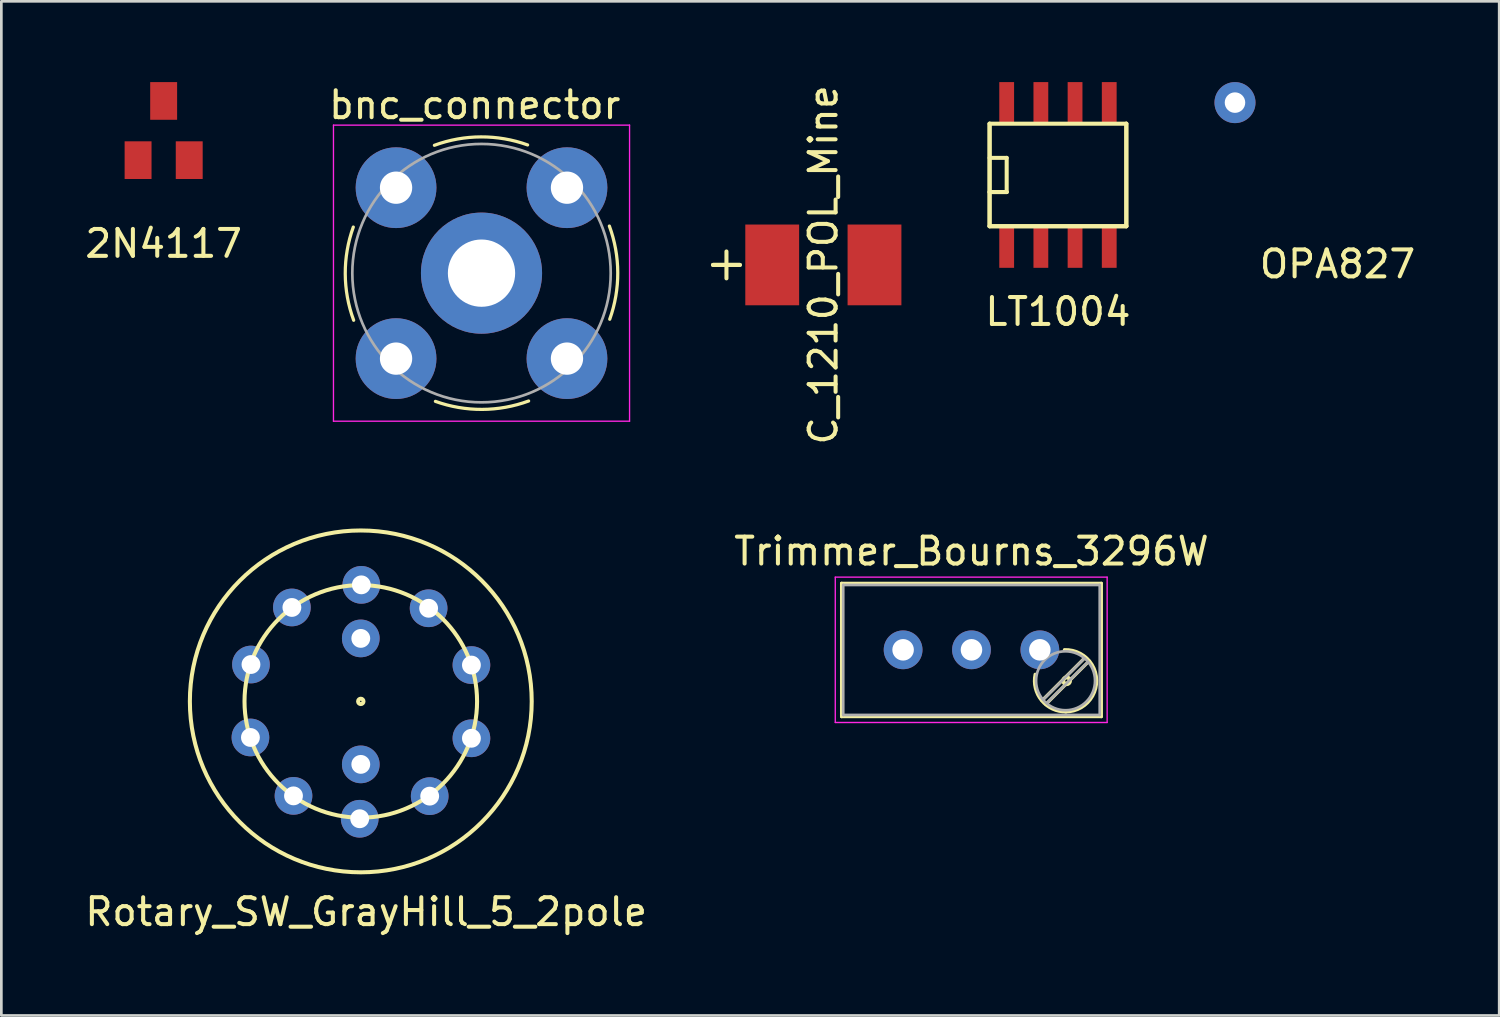
<source format=kicad_pcb>
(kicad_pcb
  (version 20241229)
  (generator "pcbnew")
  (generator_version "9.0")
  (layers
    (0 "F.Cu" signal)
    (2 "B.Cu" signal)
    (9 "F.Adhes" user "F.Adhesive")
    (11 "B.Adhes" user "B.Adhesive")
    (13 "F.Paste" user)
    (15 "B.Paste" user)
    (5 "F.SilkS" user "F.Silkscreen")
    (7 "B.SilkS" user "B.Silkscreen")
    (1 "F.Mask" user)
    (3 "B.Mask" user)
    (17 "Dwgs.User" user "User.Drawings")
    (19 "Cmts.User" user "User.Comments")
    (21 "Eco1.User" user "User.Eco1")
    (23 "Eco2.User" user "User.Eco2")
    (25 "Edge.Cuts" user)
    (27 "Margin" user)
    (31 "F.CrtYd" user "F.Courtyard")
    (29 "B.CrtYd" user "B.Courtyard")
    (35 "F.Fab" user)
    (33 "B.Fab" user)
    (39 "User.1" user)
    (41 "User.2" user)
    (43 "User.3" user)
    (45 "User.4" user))
  (footprint "OPA827"
    (layer "F.Cu")
    (at 46.642 0.762)
    (property "Reference" "OPA827" (at 0 6 0) (layer "F.SilkS") (effects (font (size 1 1) (thickness 0.15))))
    (attr through_hole)
    (pad "1" thru_hole circle (at -3.81 0) (size 1.524 1.524) (drill 0.762) (layers "*.Cu" "*.Mask")))
  (footprint "Rotary_SW_GrayHill_5_2pole"
    (layer "F.Cu")
    (at 10.354 23.008)
    (property "Reference" "Rotary_SW_GrayHill_5_2pole" (at 0.2 7.82 0) (layer "F.SilkS") (effects (font (size 1 1) (thickness 0.15))))
    (attr through_hole)
    (fp_circle (center 0 0) (end 0.1 0) (stroke (width 0.15) (type solid)) (fill no) (layer "F.SilkS"))
    (fp_circle (center 0 0) (end 4.32 0) (stroke (width 0.15) (type solid)) (fill no) (layer "F.SilkS"))
    (fp_circle (center 0 0) (end 6.35 0) (stroke (width 0.15) (type solid)) (fill no) (layer "F.SilkS"))
    (pad "1" thru_hole circle (at 4.11 1.37 18) (size 1.4 1.4) (drill 0.7) (layers "*.Cu" "*.Mask"))
    (pad "2" thru_hole circle (at 2.56 3.52 18) (size 1.4 1.4) (drill 0.7) (layers "*.Cu" "*.Mask"))
    (pad "3" thru_hole circle (at -0.04 4.36 18) (size 1.4 1.4) (drill 0.7) (layers "*.Cu" "*.Mask"))
    (pad "4" thru_hole circle (at -2.5 3.51 18) (size 1.4 1.4) (drill 0.7) (layers "*.Cu" "*.Mask"))
    (pad "5" thru_hole circle (at -4.1 1.34 18) (size 1.4 1.4) (drill 0.7) (layers "*.Cu" "*.Mask"))
    (pad "6" thru_hole circle (at -4.08 -1.37 18) (size 1.4 1.4) (drill 0.7) (layers "*.Cu" "*.Mask"))
    (pad "7" thru_hole circle (at -2.56 -3.49 18) (size 1.4 1.4) (drill 0.7) (layers "*.Cu" "*.Mask"))
    (pad "8" thru_hole circle (at 0.02 -4.33 18) (size 1.4 1.4) (drill 0.7) (layers "*.Cu" "*.Mask"))
    (pad "9" thru_hole circle (at 2.52 -3.46 18) (size 1.4 1.4) (drill 0.7) (layers "*.Cu" "*.Mask"))
    (pad "10" thru_hole circle (at 4.11 -1.35 18) (size 1.4 1.4) (drill 0.7) (layers "*.Cu" "*.Mask"))
    (pad "11" thru_hole circle (at 0 2.34 18) (size 1.4 1.4) (drill 0.7) (layers "*.Cu" "*.Mask"))
    (pad "12" thru_hole circle (at 0 -2.34 18) (size 1.4 1.4) (drill 0.7) (layers "*.Cu" "*.Mask")))
  (footprint "bnc_connector"
    (layer "F.Cu")
    (at 14.839 7.098)
    (property "Reference" "bnc_connector" (at -0.25 -6.25 0) (layer "F.SilkS") (effects (font (size 1 1) (thickness 0.15))))
    (attr through_hole)
    (fp_arc (start -4.75 1.75) (mid -5.062075 0.019867) (end -4.763589 -1.712663) (stroke (width 0.12) (type solid)) (layer "F.SilkS"))
    (fp_arc (start -1.75 -4.75) (mid -0.019867 -5.062075) (end 1.712663 -4.763589) (stroke (width 0.12) (type solid)) (layer "F.SilkS"))
    (fp_arc (start 1.75 4.75) (mid 0.019867 5.062075) (end -1.712663 4.763589) (stroke (width 0.12) (type solid)) (layer "F.SilkS"))
    (fp_arc (start 4.75 -1.75) (mid 5.062075 -0.019867) (end 4.763589 1.712663) (stroke (width 0.12) (type solid)) (layer "F.SilkS"))
    (fp_line (start -5.5 -5.5) (end 5.5 -5.5) (stroke (width 0.05) (type solid)) (layer "F.CrtYd"))
    (fp_line (start -5.5 5.5) (end -5.5 -5.5) (stroke (width 0.05) (type solid)) (layer "F.CrtYd"))
    (fp_line (start 5.5 -5.5) (end 5.5 5.5) (stroke (width 0.05) (type solid)) (layer "F.CrtYd"))
    (fp_line (start 5.5 5.5) (end -5.5 5.5) (stroke (width 0.05) (type solid)) (layer "F.CrtYd"))
    (fp_circle (center 0 0) (end 4.8 0) (stroke (width 0.1) (type solid)) (fill no) (layer "F.Fab"))
    (pad "1" thru_hole circle (at 0 0) (size 4.5 4.5) (drill 2.5) (layers "*.Cu" "*.Mask"))
    (pad "2" thru_hole circle (at -3.175 -3.175) (size 3 3) (drill 1.2) (layers "*.Cu" "*.Mask"))
    (pad "2" thru_hole circle (at -3.175 3.175) (size 3 3) (drill 1.2) (layers "*.Cu" "*.Mask"))
    (pad "2" thru_hole circle (at 3.175 -3.175) (size 3 3) (drill 1.2) (layers "*.Cu" "*.Mask"))
    (pad "2" thru_hole circle (at 3.175 3.175) (size 3 3) (drill 1.2) (layers "*.Cu" "*.Mask")))
  (footprint "LT1004"
    (layer "F.Cu")
    (at 36.255 3.45)
    (property "Reference" "LT1004" (at 0 5.08 0) (layer "F.SilkS") (effects (font (size 1 1) (thickness 0.15))))
    (attr through_hole)
    (fp_line (start -2.54 -1.905) (end -2.54 1.905) (stroke (width 0.15) (type solid)) (layer "F.SilkS"))
    (fp_line (start -2.54 -1.905) (end -2.54 1.905) (stroke (width 0.15) (type solid)) (layer "F.SilkS"))
    (fp_line (start -2.54 -0.635) (end -1.905 -0.635) (stroke (width 0.15) (type solid)) (layer "F.SilkS"))
    (fp_line (start -2.54 0.635) (end -1.905 0.635) (stroke (width 0.15) (type solid)) (layer "F.SilkS"))
    (fp_line (start -2.54 0.635) (end -1.905 0.635) (stroke (width 0.15) (type solid)) (layer "F.SilkS"))
    (fp_line (start -2.54 1.905) (end 2.54 1.905) (stroke (width 0.15) (type solid)) (layer "F.SilkS"))
    (fp_line (start -2.54 1.905) (end 2.54 1.905) (stroke (width 0.15) (type solid)) (layer "F.SilkS"))
    (fp_line (start -1.905 0.635) (end -1.905 -0.635) (stroke (width 0.15) (type solid)) (layer "F.SilkS"))
    (fp_line (start 2.54 -1.905) (end -2.54 -1.905) (stroke (width 0.15) (type solid)) (layer "F.SilkS"))
    (fp_line (start 2.54 -1.905) (end 2.54 1.905) (stroke (width 0.15) (type solid)) (layer "F.SilkS"))
    (fp_line (start 2.54 1.905) (end 2.54 -1.905) (stroke (width 0.15) (type solid)) (layer "F.SilkS"))
    (pad "1" smd rect (at -1.905 2.7) (size 0.55 1.5) (layers "F.Cu" "F.Mask" "F.Paste"))
    (pad "2" smd rect (at -0.635 2.7) (size 0.55 1.5) (layers "F.Cu" "F.Mask" "F.Paste"))
    (pad "3" smd rect (at 0.635 2.7) (size 0.55 1.5) (layers "F.Cu" "F.Mask" "F.Paste"))
    (pad "4" smd rect (at 1.905 2.7) (size 0.55 1.5) (layers "F.Cu" "F.Mask" "F.Paste"))
    (pad "5" smd rect (at 1.905 -2.7) (size 0.55 1.5) (layers "F.Cu" "F.Mask" "F.Paste"))
    (pad "6" smd rect (at 0.635 -2.7) (size 0.55 1.5) (layers "F.Cu" "F.Mask" "F.Paste"))
    (pad "7" smd rect (at -0.635 -2.7) (size 0.55 1.5) (layers "F.Cu" "F.Mask" "F.Paste"))
    (pad "8" smd rect (at -1.905 -2.7) (size 0.55 1.5) (layers "F.Cu" "F.Mask" "F.Paste")))
  (footprint "Trimmer_Bourns_3296W"
    (layer "F.Cu")
    (at 35.582 21.092)
    (property "Reference" "Trimmer_Bourns_3296W" (at -2.54 -3.66 0) (layer "F.SilkS") (effects (font (size 1 1) (thickness 0.15))))
    (attr through_hole)
    (fp_line (start -7.365 -2.47) (end -7.365 2.481) (stroke (width 0.12) (type solid)) (layer "F.SilkS"))
    (fp_line (start -7.365 -2.47) (end 2.285 -2.47) (stroke (width 0.12) (type solid)) (layer "F.SilkS"))
    (fp_line (start -7.365 2.481) (end 2.285 2.481) (stroke (width 0.12) (type solid)) (layer "F.SilkS"))
    (fp_line (start 1.691 0.275) (end 0.079 1.885) (stroke (width 0.12) (type solid)) (layer "F.SilkS"))
    (fp_line (start 1.831 0.416) (end 0.22 2.026) (stroke (width 0.12) (type solid)) (layer "F.SilkS"))
    (fp_line (start 2.285 -2.47) (end 2.285 2.481) (stroke (width 0.12) (type solid)) (layer "F.SilkS"))
    (fp_arc (start 0.914691 -0.004296) (mid 2.109824 1.129842) (end 0.955 2.305) (stroke (width 0.12) (type solid)) (layer "F.SilkS"))
    (fp_arc (start 0.975121 2.304052) (mid 0.064355 1.884161) (end -0.174 0.91) (stroke (width 0.12) (type solid)) (layer "F.SilkS"))
    (fp_circle (center 0.995 1.15) (end 1 1.2) (stroke (width 0.15) (type solid)) (fill no) (layer "F.SilkS"))
    (fp_line (start -7.6 -2.7) (end -7.6 2.7) (stroke (width 0.05) (type solid)) (layer "F.CrtYd"))
    (fp_line (start -7.6 2.7) (end 2.5 2.7) (stroke (width 0.05) (type solid)) (layer "F.CrtYd"))
    (fp_line (start 2.5 -2.7) (end -7.6 -2.7) (stroke (width 0.05) (type solid)) (layer "F.CrtYd"))
    (fp_line (start 2.5 2.7) (end 2.5 -2.7) (stroke (width 0.05) (type solid)) (layer "F.CrtYd"))
    (fp_line (start -7.305 -2.41) (end -7.305 2.42) (stroke (width 0.1) (type solid)) (layer "F.Fab"))
    (fp_line (start -7.305 2.42) (end 2.225 2.42) (stroke (width 0.1) (type solid)) (layer "F.Fab"))
    (fp_line (start 1.652 0.32) (end 0.125 1.847) (stroke (width 0.1) (type solid)) (layer "F.Fab"))
    (fp_line (start 1.786 0.454) (end 0.259 1.981) (stroke (width 0.1) (type solid)) (layer "F.Fab"))
    (fp_line (start 2.225 -2.41) (end -7.305 -2.41) (stroke (width 0.1) (type solid)) (layer "F.Fab"))
    (fp_line (start 2.225 2.42) (end 2.225 -2.41) (stroke (width 0.1) (type solid)) (layer "F.Fab"))
    (fp_circle (center 0.955 1.15) (end 2.05 1.15) (stroke (width 0.1) (type solid)) (fill no) (layer "F.Fab"))
    (pad "1" thru_hole circle (at 0 0) (size 1.44 1.44) (drill 0.8) (layers "*.Cu" "*.Mask"))
    (pad "2" thru_hole circle (at -2.54 0) (size 1.44 1.44) (drill 0.8) (layers "*.Cu" "*.Mask"))
    (pad "3" thru_hole circle (at -5.08 0) (size 1.44 1.44) (drill 0.8) (layers "*.Cu" "*.Mask")))
  (footprint "2N4117"
    (layer "F.Cu")
    (at 3.03 1.8)
    (property "Reference" "2N4117" (at 0 4.2 0) (layer "F.SilkS") (effects (font (size 1 1) (thickness 0.15))))
    (attr through_hole)
    (pad "1" smd rect (at 0 -1.1) (size 1 1.4) (layers "F.Cu" "F.Mask" "F.Paste"))
    (pad "2" smd rect (at 0.95 1.1) (size 1 1.4) (layers "F.Cu" "F.Mask" "F.Paste"))
    (pad "3" smd rect (at -0.95 1.1) (size 1 1.4) (layers "F.Cu" "F.Mask" "F.Paste")))
  (footprint "C_1210_POL_Mine"
    (placed yes)
    (layer "F.Cu")
    (at 27.539 6.792)
    (property "Reference" "C_1210_POL_Mine" (at 0 0 90) (layer "F.SilkS") (effects (font (size 1 1) (thickness 0.15))))
    (attr through_hole)
    (fp_line (start -4.1 0) (end -3.6 0) (stroke (width 0.15) (type solid)) (layer "F.SilkS"))
    (fp_line (start -3.6 -0.5) (end -3.6 0.5) (stroke (width 0.15) (type solid)) (layer "F.SilkS"))
    (fp_line (start -3.6 0) (end -3.1 0) (stroke (width 0.15) (type solid)) (layer "F.SilkS"))
    (fp_line (start -3.1 0) (end -4.1 0) (stroke (width 0.15) (type solid)) (layer "F.SilkS"))
    (pad "1" smd rect (at -1.9 0) (size 2 3) (layers "F.Cu" "F.Mask" "F.Paste"))
    (pad "2" smd rect (at 1.9 0) (size 2 3) (layers "F.Cu" "F.Mask" "F.Paste")))
  (gr_rect
    (start -3 -3)
    (end 52.648 34.677)
    (stroke (width 0.1) (type default))
    (fill no)
    (layer "Edge.Cuts")))
</source>
